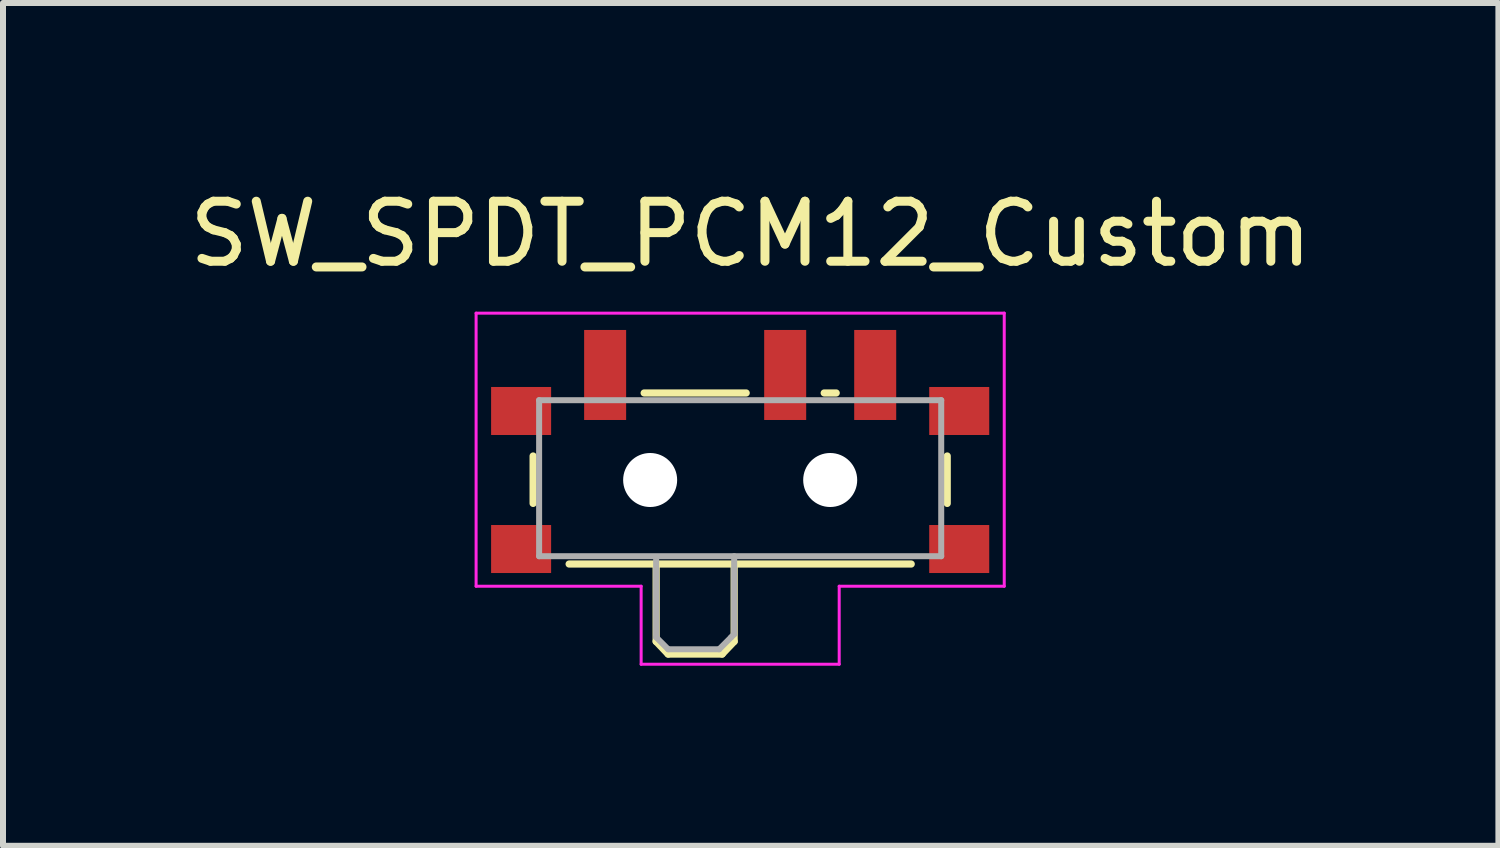
<source format=kicad_pcb>
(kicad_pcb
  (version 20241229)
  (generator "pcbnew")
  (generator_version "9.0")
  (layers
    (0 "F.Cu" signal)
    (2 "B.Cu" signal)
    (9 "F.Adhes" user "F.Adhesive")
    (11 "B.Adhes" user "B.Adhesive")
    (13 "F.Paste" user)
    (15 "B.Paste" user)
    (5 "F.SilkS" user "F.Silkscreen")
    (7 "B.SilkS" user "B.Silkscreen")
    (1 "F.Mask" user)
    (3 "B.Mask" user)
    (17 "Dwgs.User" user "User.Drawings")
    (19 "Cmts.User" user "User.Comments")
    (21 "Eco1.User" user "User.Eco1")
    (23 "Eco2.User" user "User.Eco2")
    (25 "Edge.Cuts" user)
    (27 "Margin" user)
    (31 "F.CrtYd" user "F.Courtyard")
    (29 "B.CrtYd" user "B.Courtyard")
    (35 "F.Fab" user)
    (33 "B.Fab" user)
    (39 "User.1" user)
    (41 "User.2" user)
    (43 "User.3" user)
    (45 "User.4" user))
  (footprint "SW_SPDT_PCM12_Custom"
    (layer "F.Cu")
    (at 9.283 4.948)
    (property "Reference" "SW_SPDT_PCM12_Custom" (at 0.175 -4.1 0) (layer "F.SilkS") (effects (font (size 1 1) (thickness 0.15))))
    (attr through_hole)
    (fp_line (start -3.45 -0.4) (end -3.45 0.39) (stroke (width 0.12) (type solid)) (layer "F.SilkS"))
    (fp_line (start -2.85 1.4) (end 2.85 1.4) (stroke (width 0.12) (type solid)) (layer "F.SilkS"))
    (fp_line (start -1.6 -1.45) (end 0.1 -1.45) (stroke (width 0.12) (type solid)) (layer "F.SilkS"))
    (fp_line (start -1.4 1.4) (end -1.4 2.69) (stroke (width 0.12) (type solid)) (layer "F.SilkS"))
    (fp_line (start -1.4 2.69) (end -1.2 2.9) (stroke (width 0.12) (type solid)) (layer "F.SilkS"))
    (fp_line (start -1.2 2.9) (end -0.3 2.9) (stroke (width 0.12) (type solid)) (layer "F.SilkS"))
    (fp_line (start -0.1 2.69) (end -0.3 2.9) (stroke (width 0.12) (type solid)) (layer "F.SilkS"))
    (fp_line (start -0.1 2.69) (end -0.1 1.4) (stroke (width 0.12) (type solid)) (layer "F.SilkS"))
    (fp_line (start 1.4 -1.45) (end 1.6 -1.45) (stroke (width 0.12) (type solid)) (layer "F.SilkS"))
    (fp_line (start 3.45 0.39) (end 3.45 -0.4) (stroke (width 0.12) (type solid)) (layer "F.SilkS"))
    (fp_line (start -4.4 -2.78) (end 4.4 -2.78) (stroke (width 0.05) (type solid)) (layer "F.CrtYd"))
    (fp_line (start -4.4 1.77) (end -4.4 -2.78) (stroke (width 0.05) (type solid)) (layer "F.CrtYd"))
    (fp_line (start -1.65 1.77) (end -4.4 1.77) (stroke (width 0.05) (type solid)) (layer "F.CrtYd"))
    (fp_line (start -1.65 3.07) (end -1.65 1.77) (stroke (width 0.05) (type solid)) (layer "F.CrtYd"))
    (fp_line (start 1.65 1.77) (end 1.65 3.07) (stroke (width 0.05) (type solid)) (layer "F.CrtYd"))
    (fp_line (start 1.65 3.07) (end -1.65 3.07) (stroke (width 0.05) (type solid)) (layer "F.CrtYd"))
    (fp_line (start 4.4 -2.78) (end 4.4 1.77) (stroke (width 0.05) (type solid)) (layer "F.CrtYd"))
    (fp_line (start 4.4 1.77) (end 1.65 1.77) (stroke (width 0.05) (type solid)) (layer "F.CrtYd"))
    (fp_line (start -3.35 -1.33) (end -3.35 1.27) (stroke (width 0.1) (type solid)) (layer "F.Fab"))
    (fp_line (start -3.35 1.27) (end 3.35 1.27) (stroke (width 0.1) (type solid)) (layer "F.Fab"))
    (fp_line (start -1.4 1.32) (end -1.4 2.62) (stroke (width 0.1) (type solid)) (layer "F.Fab"))
    (fp_line (start -1.4 2.62) (end -1.2 2.82) (stroke (width 0.1) (type solid)) (layer "F.Fab"))
    (fp_line (start -1.2 2.82) (end -0.35 2.82) (stroke (width 0.1) (type solid)) (layer "F.Fab"))
    (fp_line (start -0.35 2.82) (end -0.15 2.62) (stroke (width 0.1) (type solid)) (layer "F.Fab"))
    (fp_line (start -0.15 2.62) (end -0.1 2.57) (stroke (width 0.1) (type solid)) (layer "F.Fab"))
    (fp_line (start -0.1 2.57) (end -0.1 1.27) (stroke (width 0.1) (type solid)) (layer "F.Fab"))
    (fp_line (start 3.35 -1.33) (end -3.35 -1.33) (stroke (width 0.1) (type solid)) (layer "F.Fab"))
    (fp_line (start 3.35 1.27) (end 3.35 -1.33) (stroke (width 0.1) (type solid)) (layer "F.Fab"))
    (pad "" np_thru_hole circle (at -1.5 0) (size 0.9 0.9) (drill 0.9) (layers "*.Cu" "*.Mask"))
    (pad "" np_thru_hole circle (at 1.5 0) (size 0.9 0.9) (drill 0.9) (layers "*.Cu" "*.Mask"))
    (pad "1" smd rect (at -2.25 -1.75) (size 0.7 1.5) (layers "F.Cu" "F.Mask" "F.Paste"))
    (pad "2" smd rect (at 0.75 -1.75) (size 0.7 1.5) (layers "F.Cu" "F.Mask" "F.Paste"))
    (pad "3" smd rect (at 2.25 -1.75) (size 0.7 1.5) (layers "F.Cu" "F.Mask" "F.Paste"))
    (pad "4" smd rect (at -3.65 -1.15) (size 1 0.8) (layers "F.Cu" "F.Mask" "F.Paste"))
    (pad "4" smd rect (at -3.65 1.15) (size 1 0.8) (layers "F.Cu" "F.Mask" "F.Paste"))
    (pad "4" smd rect (at 3.65 -1.15) (size 1 0.8) (layers "F.Cu" "F.Mask" "F.Paste"))
    (pad "4" smd rect (at 3.65 1.15) (size 1 0.8) (layers "F.Cu" "F.Mask" "F.Paste")))
  (gr_rect
    (start -3 -3)
    (end 21.917 11.043)
    (stroke (width 0.1) (type default))
    (fill no)
    (layer "Edge.Cuts")))
</source>
